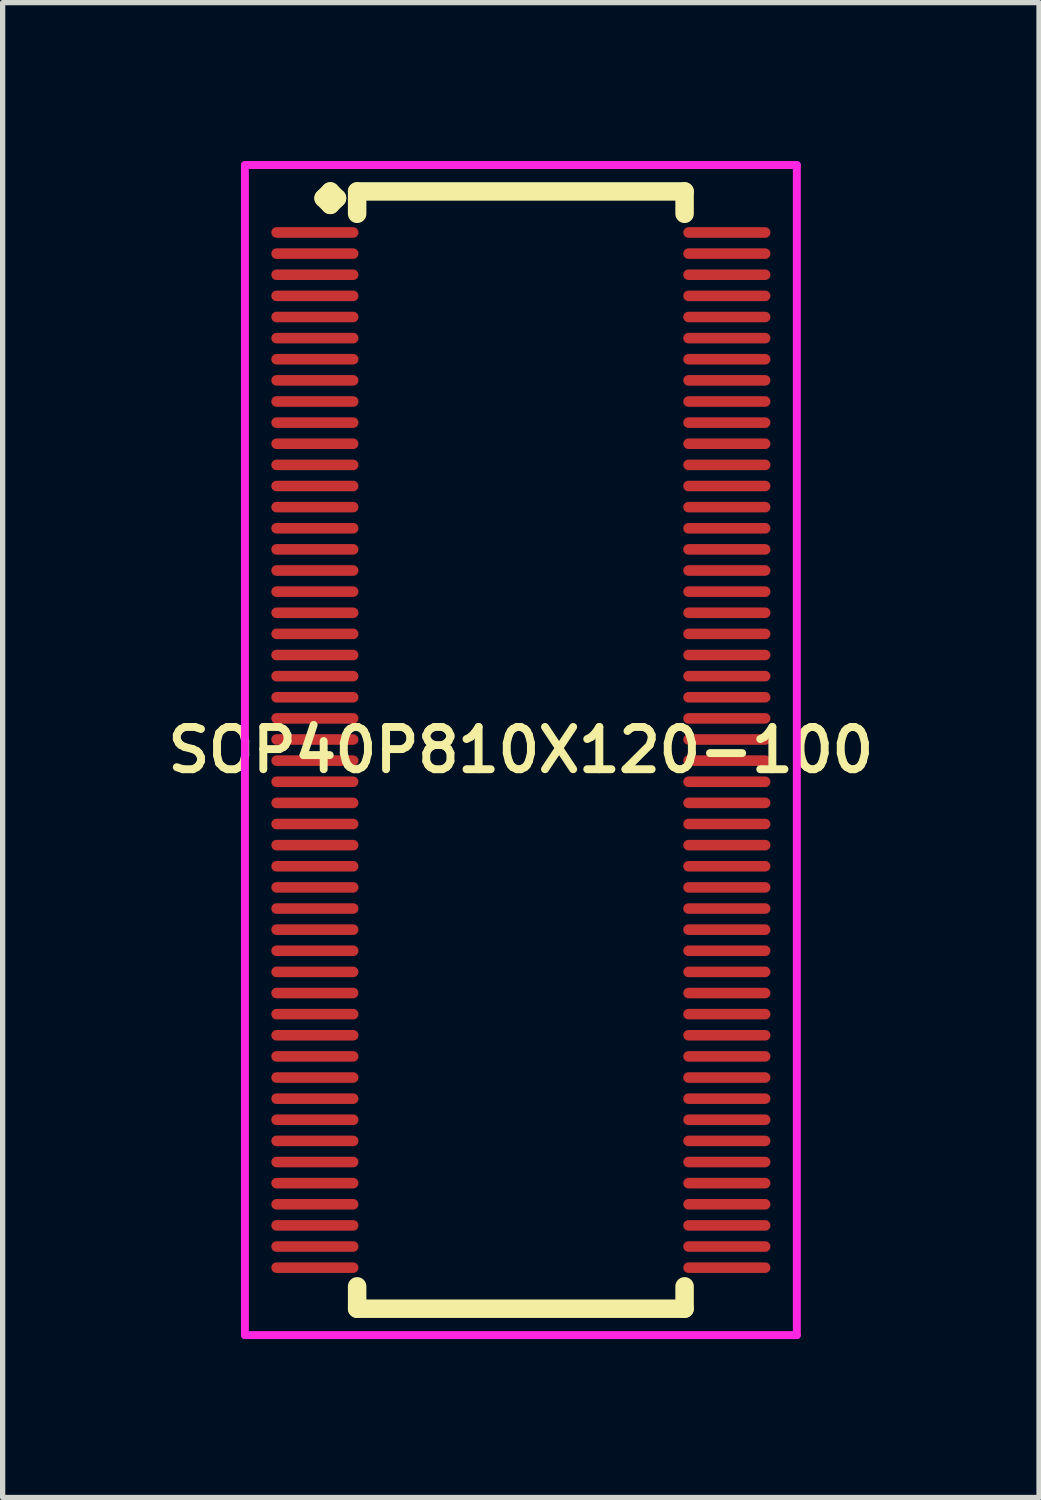
<source format=kicad_pcb>
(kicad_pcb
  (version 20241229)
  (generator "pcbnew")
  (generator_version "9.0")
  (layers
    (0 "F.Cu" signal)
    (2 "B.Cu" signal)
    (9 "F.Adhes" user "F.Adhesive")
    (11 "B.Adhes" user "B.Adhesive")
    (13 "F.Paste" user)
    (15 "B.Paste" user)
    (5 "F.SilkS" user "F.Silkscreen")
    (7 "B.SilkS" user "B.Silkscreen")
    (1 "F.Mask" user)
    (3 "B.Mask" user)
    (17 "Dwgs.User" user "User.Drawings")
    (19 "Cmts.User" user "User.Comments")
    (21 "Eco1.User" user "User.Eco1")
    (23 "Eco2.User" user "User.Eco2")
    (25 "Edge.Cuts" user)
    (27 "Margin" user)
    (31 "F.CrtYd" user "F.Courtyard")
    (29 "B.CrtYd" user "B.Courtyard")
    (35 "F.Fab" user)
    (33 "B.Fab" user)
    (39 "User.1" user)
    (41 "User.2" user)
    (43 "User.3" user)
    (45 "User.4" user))
  (footprint "SOP40P810X120-100"
    (layer "F.Cu")
    (at 6.812 11.152)
    (property "Reference" "SOP40P810X120-100" (at 0 0 0) (layer "F.SilkS") (effects (font (size 0.8 0.8) (thickness 0.15))))
    (attr through_hole)
    (fp_line (start -3.735 -10.45) (end -3.608 -10.577) (stroke (width 0.35) (type solid)) (layer "F.SilkS"))
    (fp_line (start -3.608 -10.577) (end -3.481 -10.45) (stroke (width 0.35) (type solid)) (layer "F.SilkS"))
    (fp_line (start -3.608 -10.323) (end -3.735 -10.45) (stroke (width 0.35) (type solid)) (layer "F.SilkS"))
    (fp_line (start -3.481 -10.45) (end -3.608 -10.323) (stroke (width 0.35) (type solid)) (layer "F.SilkS"))
    (fp_line (start -3.1 -10.577) (end 3.1 -10.577) (stroke (width 0.35) (type solid)) (layer "F.SilkS"))
    (fp_line (start -3.1 -10.154) (end -3.1 -10.577) (stroke (width 0.35) (type solid)) (layer "F.SilkS"))
    (fp_line (start -3.1 10.154) (end -3.1 10.577) (stroke (width 0.35) (type solid)) (layer "F.SilkS"))
    (fp_line (start -3.1 10.577) (end 3.1 10.577) (stroke (width 0.35) (type solid)) (layer "F.SilkS"))
    (fp_line (start 3.1 -10.577) (end 3.1 -10.154) (stroke (width 0.35) (type solid)) (layer "F.SilkS"))
    (fp_line (start 3.1 10.577) (end 3.1 10.154) (stroke (width 0.35) (type solid)) (layer "F.SilkS"))
    (fp_line (start -5.225 -11.077) (end 5.225 -11.077) (stroke (width 0.15) (type solid)) (layer "F.CrtYd"))
    (fp_line (start -5.225 11.077) (end -5.225 -11.077) (stroke (width 0.15) (type solid)) (layer "F.CrtYd"))
    (fp_line (start 5.225 -11.077) (end 5.225 11.077) (stroke (width 0.15) (type solid)) (layer "F.CrtYd"))
    (fp_line (start 5.225 11.077) (end -5.225 11.077) (stroke (width 0.15) (type solid)) (layer "F.CrtYd"))
    (pad "1" smd oval (at -3.9 -9.8) (size 1.65 0.2) (layers "F.Cu" "F.Mask" "F.Paste"))
    (pad "2" smd oval (at -3.9 -9.4) (size 1.65 0.2) (layers "F.Cu" "F.Mask" "F.Paste"))
    (pad "3" smd oval (at -3.9 -9) (size 1.65 0.2) (layers "F.Cu" "F.Mask" "F.Paste"))
    (pad "4" smd oval (at -3.9 -8.6) (size 1.65 0.2) (layers "F.Cu" "F.Mask" "F.Paste"))
    (pad "5" smd oval (at -3.9 -8.2) (size 1.65 0.2) (layers "F.Cu" "F.Mask" "F.Paste"))
    (pad "6" smd oval (at -3.9 -7.8) (size 1.65 0.2) (layers "F.Cu" "F.Mask" "F.Paste"))
    (pad "7" smd oval (at -3.9 -7.4) (size 1.65 0.2) (layers "F.Cu" "F.Mask" "F.Paste"))
    (pad "8" smd oval (at -3.9 -7) (size 1.65 0.2) (layers "F.Cu" "F.Mask" "F.Paste"))
    (pad "9" smd oval (at -3.9 -6.6) (size 1.65 0.2) (layers "F.Cu" "F.Mask" "F.Paste"))
    (pad "10" smd oval (at -3.9 -6.2) (size 1.65 0.2) (layers "F.Cu" "F.Mask" "F.Paste"))
    (pad "11" smd oval (at -3.9 -5.8) (size 1.65 0.2) (layers "F.Cu" "F.Mask" "F.Paste"))
    (pad "12" smd oval (at -3.9 -5.4) (size 1.65 0.2) (layers "F.Cu" "F.Mask" "F.Paste"))
    (pad "13" smd oval (at -3.9 -5) (size 1.65 0.2) (layers "F.Cu" "F.Mask" "F.Paste"))
    (pad "14" smd oval (at -3.9 -4.6) (size 1.65 0.2) (layers "F.Cu" "F.Mask" "F.Paste"))
    (pad "15" smd oval (at -3.9 -4.2) (size 1.65 0.2) (layers "F.Cu" "F.Mask" "F.Paste"))
    (pad "16" smd oval (at -3.9 -3.8) (size 1.65 0.2) (layers "F.Cu" "F.Mask" "F.Paste"))
    (pad "17" smd oval (at -3.9 -3.4) (size 1.65 0.2) (layers "F.Cu" "F.Mask" "F.Paste"))
    (pad "18" smd oval (at -3.9 -3) (size 1.65 0.2) (layers "F.Cu" "F.Mask" "F.Paste"))
    (pad "19" smd oval (at -3.9 -2.6) (size 1.65 0.2) (layers "F.Cu" "F.Mask" "F.Paste"))
    (pad "20" smd oval (at -3.9 -2.2) (size 1.65 0.2) (layers "F.Cu" "F.Mask" "F.Paste"))
    (pad "21" smd oval (at -3.9 -1.8) (size 1.65 0.2) (layers "F.Cu" "F.Mask" "F.Paste"))
    (pad "22" smd oval (at -3.9 -1.4) (size 1.65 0.2) (layers "F.Cu" "F.Mask" "F.Paste"))
    (pad "23" smd oval (at -3.9 -1) (size 1.65 0.2) (layers "F.Cu" "F.Mask" "F.Paste"))
    (pad "24" smd oval (at -3.9 -0.6) (size 1.65 0.2) (layers "F.Cu" "F.Mask" "F.Paste"))
    (pad "25" smd oval (at -3.9 -0.2) (size 1.65 0.2) (layers "F.Cu" "F.Mask" "F.Paste"))
    (pad "26" smd oval (at -3.9 0.2) (size 1.65 0.2) (layers "F.Cu" "F.Mask" "F.Paste"))
    (pad "27" smd oval (at -3.9 0.6) (size 1.65 0.2) (layers "F.Cu" "F.Mask" "F.Paste"))
    (pad "28" smd oval (at -3.9 1) (size 1.65 0.2) (layers "F.Cu" "F.Mask" "F.Paste"))
    (pad "29" smd oval (at -3.9 1.4) (size 1.65 0.2) (layers "F.Cu" "F.Mask" "F.Paste"))
    (pad "30" smd oval (at -3.9 1.8) (size 1.65 0.2) (layers "F.Cu" "F.Mask" "F.Paste"))
    (pad "31" smd oval (at -3.9 2.2) (size 1.65 0.2) (layers "F.Cu" "F.Mask" "F.Paste"))
    (pad "32" smd oval (at -3.9 2.6) (size 1.65 0.2) (layers "F.Cu" "F.Mask" "F.Paste"))
    (pad "33" smd oval (at -3.9 3) (size 1.65 0.2) (layers "F.Cu" "F.Mask" "F.Paste"))
    (pad "34" smd oval (at -3.9 3.4) (size 1.65 0.2) (layers "F.Cu" "F.Mask" "F.Paste"))
    (pad "35" smd oval (at -3.9 3.8) (size 1.65 0.2) (layers "F.Cu" "F.Mask" "F.Paste"))
    (pad "36" smd oval (at -3.9 4.2) (size 1.65 0.2) (layers "F.Cu" "F.Mask" "F.Paste"))
    (pad "37" smd oval (at -3.9 4.6) (size 1.65 0.2) (layers "F.Cu" "F.Mask" "F.Paste"))
    (pad "38" smd oval (at -3.9 5) (size 1.65 0.2) (layers "F.Cu" "F.Mask" "F.Paste"))
    (pad "39" smd oval (at -3.9 5.4) (size 1.65 0.2) (layers "F.Cu" "F.Mask" "F.Paste"))
    (pad "40" smd oval (at -3.9 5.8) (size 1.65 0.2) (layers "F.Cu" "F.Mask" "F.Paste"))
    (pad "41" smd oval (at -3.9 6.2) (size 1.65 0.2) (layers "F.Cu" "F.Mask" "F.Paste"))
    (pad "42" smd oval (at -3.9 6.6) (size 1.65 0.2) (layers "F.Cu" "F.Mask" "F.Paste"))
    (pad "43" smd oval (at -3.9 7) (size 1.65 0.2) (layers "F.Cu" "F.Mask" "F.Paste"))
    (pad "44" smd oval (at -3.9 7.4) (size 1.65 0.2) (layers "F.Cu" "F.Mask" "F.Paste"))
    (pad "45" smd oval (at -3.9 7.8) (size 1.65 0.2) (layers "F.Cu" "F.Mask" "F.Paste"))
    (pad "46" smd oval (at -3.9 8.2) (size 1.65 0.2) (layers "F.Cu" "F.Mask" "F.Paste"))
    (pad "47" smd oval (at -3.9 8.6) (size 1.65 0.2) (layers "F.Cu" "F.Mask" "F.Paste"))
    (pad "48" smd oval (at -3.9 9) (size 1.65 0.2) (layers "F.Cu" "F.Mask" "F.Paste"))
    (pad "49" smd oval (at -3.9 9.4) (size 1.65 0.2) (layers "F.Cu" "F.Mask" "F.Paste"))
    (pad "50" smd oval (at -3.9 9.8) (size 1.65 0.2) (layers "F.Cu" "F.Mask" "F.Paste"))
    (pad "51" smd oval (at 3.9 9.8) (size 1.65 0.2) (layers "F.Cu" "F.Mask" "F.Paste"))
    (pad "52" smd oval (at 3.9 9.4) (size 1.65 0.2) (layers "F.Cu" "F.Mask" "F.Paste"))
    (pad "53" smd oval (at 3.9 9) (size 1.65 0.2) (layers "F.Cu" "F.Mask" "F.Paste"))
    (pad "54" smd oval (at 3.9 8.6) (size 1.65 0.2) (layers "F.Cu" "F.Mask" "F.Paste"))
    (pad "55" smd oval (at 3.9 8.2) (size 1.65 0.2) (layers "F.Cu" "F.Mask" "F.Paste"))
    (pad "56" smd oval (at 3.9 7.8) (size 1.65 0.2) (layers "F.Cu" "F.Mask" "F.Paste"))
    (pad "57" smd oval (at 3.9 7.4) (size 1.65 0.2) (layers "F.Cu" "F.Mask" "F.Paste"))
    (pad "58" smd oval (at 3.9 7) (size 1.65 0.2) (layers "F.Cu" "F.Mask" "F.Paste"))
    (pad "59" smd oval (at 3.9 6.6) (size 1.65 0.2) (layers "F.Cu" "F.Mask" "F.Paste"))
    (pad "60" smd oval (at 3.9 6.2) (size 1.65 0.2) (layers "F.Cu" "F.Mask" "F.Paste"))
    (pad "61" smd oval (at 3.9 5.8) (size 1.65 0.2) (layers "F.Cu" "F.Mask" "F.Paste"))
    (pad "62" smd oval (at 3.9 5.4) (size 1.65 0.2) (layers "F.Cu" "F.Mask" "F.Paste"))
    (pad "63" smd oval (at 3.9 5) (size 1.65 0.2) (layers "F.Cu" "F.Mask" "F.Paste"))
    (pad "64" smd oval (at 3.9 4.6) (size 1.65 0.2) (layers "F.Cu" "F.Mask" "F.Paste"))
    (pad "65" smd oval (at 3.9 4.2) (size 1.65 0.2) (layers "F.Cu" "F.Mask" "F.Paste"))
    (pad "66" smd oval (at 3.9 3.8) (size 1.65 0.2) (layers "F.Cu" "F.Mask" "F.Paste"))
    (pad "67" smd oval (at 3.9 3.4) (size 1.65 0.2) (layers "F.Cu" "F.Mask" "F.Paste"))
    (pad "68" smd oval (at 3.9 3) (size 1.65 0.2) (layers "F.Cu" "F.Mask" "F.Paste"))
    (pad "69" smd oval (at 3.9 2.6) (size 1.65 0.2) (layers "F.Cu" "F.Mask" "F.Paste"))
    (pad "70" smd oval (at 3.9 2.2) (size 1.65 0.2) (layers "F.Cu" "F.Mask" "F.Paste"))
    (pad "71" smd oval (at 3.9 1.8) (size 1.65 0.2) (layers "F.Cu" "F.Mask" "F.Paste"))
    (pad "72" smd oval (at 3.9 1.4) (size 1.65 0.2) (layers "F.Cu" "F.Mask" "F.Paste"))
    (pad "73" smd oval (at 3.9 1) (size 1.65 0.2) (layers "F.Cu" "F.Mask" "F.Paste"))
    (pad "74" smd oval (at 3.9 0.6) (size 1.65 0.2) (layers "F.Cu" "F.Mask" "F.Paste"))
    (pad "75" smd oval (at 3.9 0.2) (size 1.65 0.2) (layers "F.Cu" "F.Mask" "F.Paste"))
    (pad "76" smd oval (at 3.9 -0.2) (size 1.65 0.2) (layers "F.Cu" "F.Mask" "F.Paste"))
    (pad "77" smd oval (at 3.9 -0.6) (size 1.65 0.2) (layers "F.Cu" "F.Mask" "F.Paste"))
    (pad "78" smd oval (at 3.9 -1) (size 1.65 0.2) (layers "F.Cu" "F.Mask" "F.Paste"))
    (pad "79" smd oval (at 3.9 -1.4) (size 1.65 0.2) (layers "F.Cu" "F.Mask" "F.Paste"))
    (pad "80" smd oval (at 3.9 -1.8) (size 1.65 0.2) (layers "F.Cu" "F.Mask" "F.Paste"))
    (pad "81" smd oval (at 3.9 -2.2) (size 1.65 0.2) (layers "F.Cu" "F.Mask" "F.Paste"))
    (pad "82" smd oval (at 3.9 -2.6) (size 1.65 0.2) (layers "F.Cu" "F.Mask" "F.Paste"))
    (pad "83" smd oval (at 3.9 -3) (size 1.65 0.2) (layers "F.Cu" "F.Mask" "F.Paste"))
    (pad "84" smd oval (at 3.9 -3.4) (size 1.65 0.2) (layers "F.Cu" "F.Mask" "F.Paste"))
    (pad "85" smd oval (at 3.9 -3.8) (size 1.65 0.2) (layers "F.Cu" "F.Mask" "F.Paste"))
    (pad "86" smd oval (at 3.9 -4.2) (size 1.65 0.2) (layers "F.Cu" "F.Mask" "F.Paste"))
    (pad "87" smd oval (at 3.9 -4.6) (size 1.65 0.2) (layers "F.Cu" "F.Mask" "F.Paste"))
    (pad "88" smd oval (at 3.9 -5) (size 1.65 0.2) (layers "F.Cu" "F.Mask" "F.Paste"))
    (pad "89" smd oval (at 3.9 -5.4) (size 1.65 0.2) (layers "F.Cu" "F.Mask" "F.Paste"))
    (pad "90" smd oval (at 3.9 -5.8) (size 1.65 0.2) (layers "F.Cu" "F.Mask" "F.Paste"))
    (pad "91" smd oval (at 3.9 -6.2) (size 1.65 0.2) (layers "F.Cu" "F.Mask" "F.Paste"))
    (pad "92" smd oval (at 3.9 -6.6) (size 1.65 0.2) (layers "F.Cu" "F.Mask" "F.Paste"))
    (pad "93" smd oval (at 3.9 -7) (size 1.65 0.2) (layers "F.Cu" "F.Mask" "F.Paste"))
    (pad "94" smd oval (at 3.9 -7.4) (size 1.65 0.2) (layers "F.Cu" "F.Mask" "F.Paste"))
    (pad "95" smd oval (at 3.9 -7.8) (size 1.65 0.2) (layers "F.Cu" "F.Mask" "F.Paste"))
    (pad "96" smd oval (at 3.9 -8.2) (size 1.65 0.2) (layers "F.Cu" "F.Mask" "F.Paste"))
    (pad "97" smd oval (at 3.9 -8.6) (size 1.65 0.2) (layers "F.Cu" "F.Mask" "F.Paste"))
    (pad "98" smd oval (at 3.9 -9) (size 1.65 0.2) (layers "F.Cu" "F.Mask" "F.Paste"))
    (pad "99" smd oval (at 3.9 -9.4) (size 1.65 0.2) (layers "F.Cu" "F.Mask" "F.Paste"))
    (pad "100" smd oval (at 3.9 -9.8) (size 1.65 0.2) (layers "F.Cu" "F.Mask" "F.Paste")))
  (gr_rect
    (start -3 -3)
    (end 16.623 25.304)
    (stroke (width 0.1) (type default))
    (fill no)
    (layer "Edge.Cuts")))
</source>
